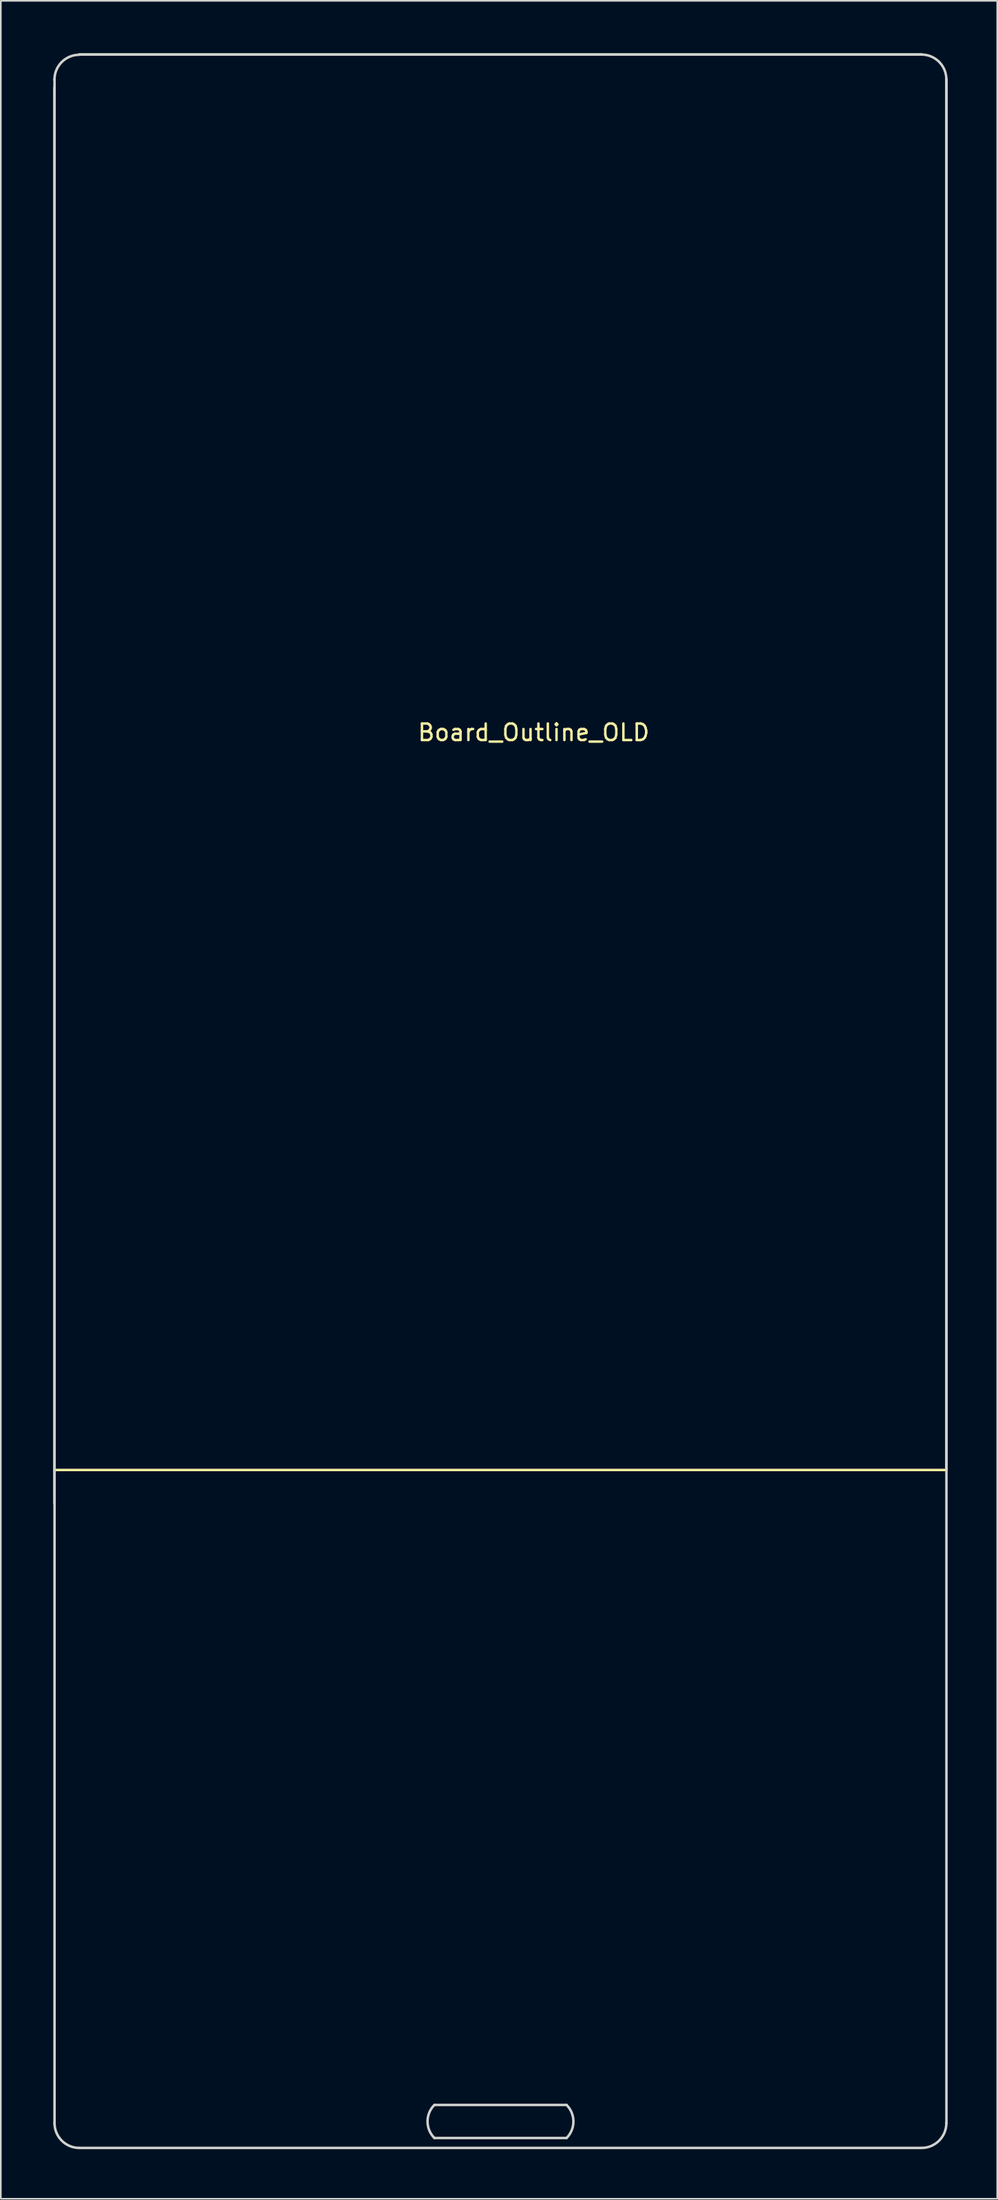
<source format=kicad_pcb>
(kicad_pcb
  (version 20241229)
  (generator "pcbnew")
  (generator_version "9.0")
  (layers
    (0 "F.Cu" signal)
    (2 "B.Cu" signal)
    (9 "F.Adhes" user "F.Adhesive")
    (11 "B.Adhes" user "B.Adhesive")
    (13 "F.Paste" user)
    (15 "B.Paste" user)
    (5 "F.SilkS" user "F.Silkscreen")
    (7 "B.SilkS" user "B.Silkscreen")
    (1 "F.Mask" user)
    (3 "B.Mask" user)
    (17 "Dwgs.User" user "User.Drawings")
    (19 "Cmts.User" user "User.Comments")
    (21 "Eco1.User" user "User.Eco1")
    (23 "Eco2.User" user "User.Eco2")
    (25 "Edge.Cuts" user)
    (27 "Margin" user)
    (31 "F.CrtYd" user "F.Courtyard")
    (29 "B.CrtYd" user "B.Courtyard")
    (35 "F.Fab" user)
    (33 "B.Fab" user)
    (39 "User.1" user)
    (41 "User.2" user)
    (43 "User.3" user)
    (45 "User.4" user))
  (footprint "Board_Outline_OLD"
    (layer "F.Cu")
    (at 0.25 0.25)
    (property "Reference" "Board_Outline_OLD" (at 29 41 0) (layer "F.SilkS") (effects (font (size 1 1) (thickness 0.15))))
    (attr through_hole)
    (fp_line (start 0 2) (end 0 87.6) (stroke (width 0.15) (type solid)) (layer "F.SilkS"))
    (fp_line (start 0 85.6) (end 53.98 85.6) (stroke (width 0.15) (type solid)) (layer "F.SilkS"))
    (fp_line (start 1.5 0) (end 52.48 0) (stroke (width 0.15) (type solid)) (layer "F.SilkS"))
    (fp_line (start 53.98 1.5) (end 53.98 85.6) (stroke (width 0.15) (type solid)) (layer "F.SilkS"))
    (fp_line (start 0 1.5) (end 0 125.1) (stroke (width 0.15) (type solid)) (layer "Edge.Cuts"))
    (fp_line (start 1.5 0) (end 52.48 0) (stroke (width 0.15) (type solid)) (layer "Edge.Cuts"))
    (fp_line (start 1.5 126.6) (end 52.48 126.6) (stroke (width 0.15) (type solid)) (layer "Edge.Cuts"))
    (fp_line (start 22.99 124) (end 30.99 124) (stroke (width 0.15) (type solid)) (layer "Edge.Cuts"))
    (fp_line (start 22.99 126) (end 30.99 126) (stroke (width 0.15) (type solid)) (layer "Edge.Cuts"))
    (fp_line (start 53.98 1.5) (end 53.98 125.1) (stroke (width 0.15) (type solid)) (layer "Edge.Cuts"))
    (fp_arc (start -0.0025 1.5125) (mid 0.43684 0.45184) (end 1.4975 0.0125) (stroke (width 0.15) (type solid)) (layer "Edge.Cuts"))
    (fp_arc (start 1.5 126.6) (mid 0.43934 126.16066) (end 0 125.1) (stroke (width 0.15) (type solid)) (layer "Edge.Cuts"))
    (fp_arc (start 22.99 126) (mid 22.575786 125) (end 22.99 124) (stroke (width 0.15) (type solid)) (layer "Edge.Cuts"))
    (fp_arc (start 30.99 124) (mid 31.404214 125) (end 30.99 126) (stroke (width 0.15) (type solid)) (layer "Edge.Cuts"))
    (fp_arc (start 52.475 0) (mid 53.53566 0.43934) (end 53.975 1.5) (stroke (width 0.15) (type solid)) (layer "Edge.Cuts"))
    (fp_arc (start 53.975 125.1) (mid 53.53566 126.16066) (end 52.475 126.6) (stroke (width 0.15) (type solid)) (layer "Edge.Cuts")))
  (gr_rect
    (start -3 -3)
    (end 57.305 129.925)
    (stroke (width 0.1) (type default))
    (fill no)
    (layer "Edge.Cuts")))
</source>
